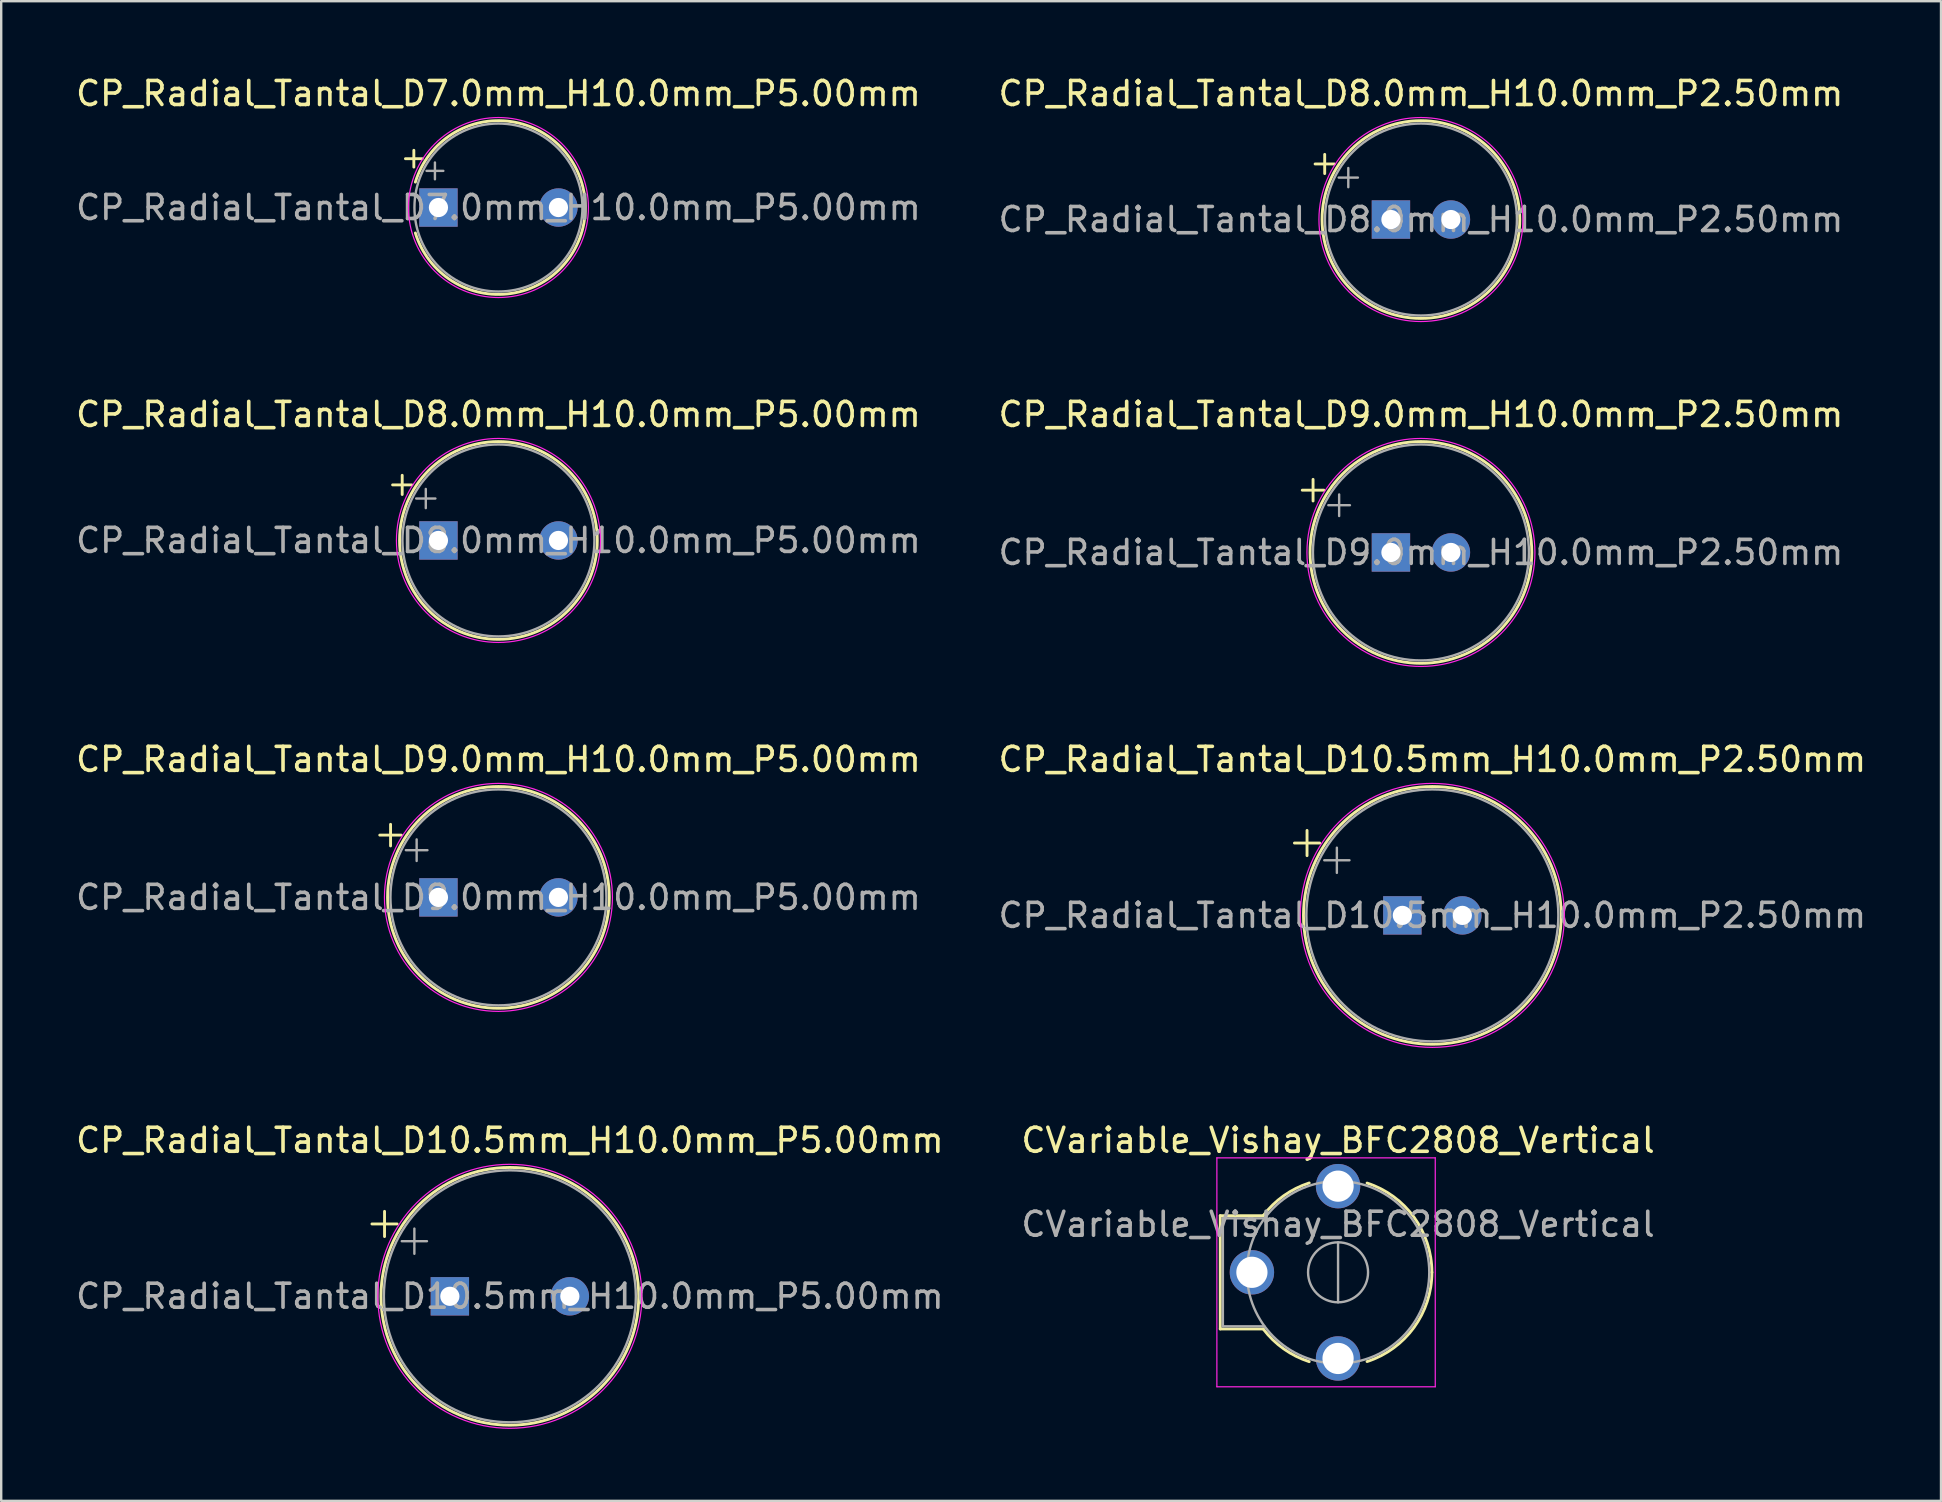
<source format=kicad_pcb>
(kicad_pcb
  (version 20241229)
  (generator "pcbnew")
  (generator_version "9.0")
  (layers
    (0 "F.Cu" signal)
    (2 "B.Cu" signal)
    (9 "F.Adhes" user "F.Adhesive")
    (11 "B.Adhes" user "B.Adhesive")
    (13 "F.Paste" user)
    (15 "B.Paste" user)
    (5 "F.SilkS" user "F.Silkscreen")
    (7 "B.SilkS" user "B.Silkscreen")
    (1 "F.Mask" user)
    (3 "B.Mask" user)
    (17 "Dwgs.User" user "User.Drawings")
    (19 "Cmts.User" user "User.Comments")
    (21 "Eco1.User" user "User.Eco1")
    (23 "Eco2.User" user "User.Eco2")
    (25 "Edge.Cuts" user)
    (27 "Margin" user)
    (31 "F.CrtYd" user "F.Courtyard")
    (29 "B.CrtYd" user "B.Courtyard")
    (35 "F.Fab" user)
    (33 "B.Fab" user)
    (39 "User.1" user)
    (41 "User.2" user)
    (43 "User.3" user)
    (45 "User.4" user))
  (footprint "CP_Radial_Tantal_D10.5mm_H10.0mm_P5.00mm"
    (layer "F.Cu")
    (at 15.696 50.968)
    (property "Reference" "CP_Radial_Tantal_D10.5mm_H10.0mm_P5.00mm" (at 2.5 -6.5 0) (layer "F.SilkS") (effects (font (size 1 1) (thickness 0.15))))
    (attr through_hole)
    (fp_line (start -3.247 -3.015) (end -2.197 -3.015) (stroke (width 0.12) (type solid)) (layer "F.SilkS"))
    (fp_line (start -2.722 -3.54) (end -2.722 -2.49) (stroke (width 0.12) (type solid)) (layer "F.SilkS"))
    (fp_circle (center 2.5 0) (end 7.87 0) (stroke (width 0.12) (type solid)) (fill no) (layer "F.SilkS"))
    (fp_circle (center 2.5 0) (end 8 0) (stroke (width 0.05) (type solid)) (fill no) (layer "F.CrtYd"))
    (fp_line (start -2.004 -2.297) (end -0.954 -2.297) (stroke (width 0.1) (type solid)) (layer "F.Fab"))
    (fp_line (start -1.479 -2.822) (end -1.479 -1.772) (stroke (width 0.1) (type solid)) (layer "F.Fab"))
    (fp_circle (center 2.5 0) (end 7.75 0) (stroke (width 0.1) (type solid)) (fill no) (layer "F.Fab"))
    (fp_text user "${REFERENCE}" (at 2.5 0 0) (layer "F.Fab") (effects (font (size 1 1) (thickness 0.15))))
    (pad "1" thru_hole rect (at 0 0) (size 1.6 1.6) (drill 0.8) (layers "*.Cu" "*.Mask"))
    (pad "2" thru_hole circle (at 5 0) (size 1.6 1.6) (drill 0.8) (layers "*.Cu" "*.Mask")))
  (footprint "CVariable_Vishay_BFC2808_Vertical"
    (layer "F.Cu")
    (at 52.708 49.968)
    (property "Reference" "CVariable_Vishay_BFC2808_Vertical" (at 0 -5.5 0) (layer "F.SilkS") (effects (font (size 1 1) (thickness 0.15))))
    (attr through_hole)
    (fp_line (start -4.91 -2.36) (end -4.91 2.36) (stroke (width 0.12) (type solid)) (layer "F.SilkS"))
    (fp_line (start -4.91 -2.36) (end -3.12 -2.36) (stroke (width 0.12) (type solid)) (layer "F.SilkS"))
    (fp_line (start -4.91 2.36) (end -3.12 2.36) (stroke (width 0.12) (type solid)) (layer "F.SilkS"))
    (fp_arc (start -3.12 -2.36) (mid -2.265931 -3.188974) (end -1.202114 -3.722757) (stroke (width 0.12) (type solid)) (layer "F.SilkS"))
    (fp_arc (start -1.202114 3.722757) (mid -2.265931 3.188974) (end -3.12 2.36) (stroke (width 0.12) (type solid)) (layer "F.SilkS"))
    (fp_arc (start 1.208256 -3.718631) (mid 3.163256 -2.29824) (end 3.91 0) (stroke (width 0.12) (type solid)) (layer "F.SilkS"))
    (fp_arc (start 3.91 0) (mid 3.163256 2.298241) (end 1.208256 3.718631) (stroke (width 0.12) (type solid)) (layer "F.SilkS"))
    (fp_line (start -5.05 -4.77) (end -5.05 4.77) (stroke (width 0.05) (type solid)) (layer "F.CrtYd"))
    (fp_line (start -5.05 4.77) (end 4.05 4.77) (stroke (width 0.05) (type solid)) (layer "F.CrtYd"))
    (fp_line (start 4.05 -4.77) (end -5.05 -4.77) (stroke (width 0.05) (type solid)) (layer "F.CrtYd"))
    (fp_line (start 4.05 4.77) (end 4.05 -4.77) (stroke (width 0.05) (type solid)) (layer "F.CrtYd"))
    (fp_line (start -4.8 -2.25) (end -4.8 2.25) (stroke (width 0.1) (type solid)) (layer "F.Fab"))
    (fp_line (start -4.8 2.25) (end -3.07 2.25) (stroke (width 0.1) (type solid)) (layer "F.Fab"))
    (fp_line (start -3.07 -2.25) (end -4.8 -2.25) (stroke (width 0.1) (type solid)) (layer "F.Fab"))
    (fp_line (start 0 1.25) (end 0 -1.25) (stroke (width 0.1) (type solid)) (layer "F.Fab"))
    (fp_circle (center 0 0) (end 1.25 0) (stroke (width 0.1) (type solid)) (fill no) (layer "F.Fab"))
    (fp_circle (center 0 0) (end 3.8 0) (stroke (width 0.1) (type solid)) (fill no) (layer "F.Fab"))
    (fp_text user "${REFERENCE}" (at 0 -2 180) (layer "F.Fab") (effects (font (size 1 1) (thickness 0.15))))
    (pad "1" thru_hole circle (at -3.59 0) (size 1.85 1.85) (drill 1.3) (layers "*.Cu" "*.Mask"))
    (pad "2" thru_hole circle (at 0 -3.59) (size 1.85 1.85) (drill 1.3) (layers "*.Cu" "*.Mask"))
    (pad "2" thru_hole circle (at 0 3.59) (size 1.85 1.85) (drill 1.3) (layers "*.Cu" "*.Mask")))
  (footprint "CP_Radial_Tantal_D9.0mm_H10.0mm_P5.00mm"
    (layer "F.Cu")
    (at 15.22 34.345)
    (property "Reference" "CP_Radial_Tantal_D9.0mm_H10.0mm_P5.00mm" (at 2.5 -5.75 0) (layer "F.SilkS") (effects (font (size 1 1) (thickness 0.15))))
    (attr through_hole)
    (fp_line (start -2.445 -2.595) (end -1.545 -2.595) (stroke (width 0.12) (type solid)) (layer "F.SilkS"))
    (fp_line (start -1.995 -3.045) (end -1.995 -2.145) (stroke (width 0.12) (type solid)) (layer "F.SilkS"))
    (fp_circle (center 2.5 0) (end 7.12 0) (stroke (width 0.12) (type solid)) (fill no) (layer "F.SilkS"))
    (fp_circle (center 2.5 0) (end 7.25 0) (stroke (width 0.05) (type solid)) (fill no) (layer "F.CrtYd"))
    (fp_line (start -1.358 -1.968) (end -0.458 -1.968) (stroke (width 0.1) (type solid)) (layer "F.Fab"))
    (fp_line (start -0.908 -2.417) (end -0.908 -1.518) (stroke (width 0.1) (type solid)) (layer "F.Fab"))
    (fp_circle (center 2.5 0) (end 7 0) (stroke (width 0.1) (type solid)) (fill no) (layer "F.Fab"))
    (fp_text user "${REFERENCE}" (at 2.5 0 0) (layer "F.Fab") (effects (font (size 1 1) (thickness 0.15))))
    (pad "1" thru_hole rect (at 0 0) (size 1.6 1.6) (drill 0.8) (layers "*.Cu" "*.Mask"))
    (pad "2" thru_hole circle (at 5 0) (size 1.6 1.6) (drill 0.8) (layers "*.Cu" "*.Mask")))
  (footprint "CP_Radial_Tantal_D7.0mm_H10.0mm_P5.00mm"
    (layer "F.Cu")
    (at 15.22 5.598)
    (property "Reference" "CP_Radial_Tantal_D7.0mm_H10.0mm_P5.00mm" (at 2.5 -4.75 0) (layer "F.SilkS") (effects (font (size 1 1) (thickness 0.15))))
    (attr through_hole)
    (fp_line (start -1.375 -2.035) (end -0.675 -2.035) (stroke (width 0.12) (type solid)) (layer "F.SilkS"))
    (fp_line (start -1.025 -2.385) (end -1.025 -1.685) (stroke (width 0.12) (type solid)) (layer "F.SilkS"))
    (fp_arc (start -0.961329 -1.06) (mid 6.12 0) (end -0.961329 1.06) (stroke (width 0.12) (type solid)) (layer "F.SilkS"))
    (fp_circle (center 2.5 0) (end 6.25 0) (stroke (width 0.05) (type solid)) (fill no) (layer "F.CrtYd"))
    (fp_line (start -0.496 -1.528) (end 0.204 -1.528) (stroke (width 0.1) (type solid)) (layer "F.Fab"))
    (fp_line (start -0.146 -1.877) (end -0.146 -1.177) (stroke (width 0.1) (type solid)) (layer "F.Fab"))
    (fp_circle (center 2.5 0) (end 6 0) (stroke (width 0.1) (type solid)) (fill no) (layer "F.Fab"))
    (fp_text user "${REFERENCE}" (at 2.5 0 0) (layer "F.Fab") (effects (font (size 1 1) (thickness 0.15))))
    (pad "1" thru_hole rect (at 0 0) (size 1.6 1.6) (drill 0.8) (layers "*.Cu" "*.Mask"))
    (pad "2" thru_hole circle (at 5 0) (size 1.6 1.6) (drill 0.8) (layers "*.Cu" "*.Mask")))
  (footprint "CP_Radial_Tantal_D8.0mm_H10.0mm_P5.00mm"
    (layer "F.Cu")
    (at 15.22 19.471)
    (property "Reference" "CP_Radial_Tantal_D8.0mm_H10.0mm_P5.00mm" (at 2.5 -5.25 0) (layer "F.SilkS") (effects (font (size 1 1) (thickness 0.15))))
    (attr through_hole)
    (fp_line (start -1.91 -2.315) (end -1.11 -2.315) (stroke (width 0.12) (type solid)) (layer "F.SilkS"))
    (fp_line (start -1.51 -2.715) (end -1.51 -1.915) (stroke (width 0.12) (type solid)) (layer "F.SilkS"))
    (fp_circle (center 2.5 0) (end 6.62 0) (stroke (width 0.12) (type solid)) (fill no) (layer "F.SilkS"))
    (fp_circle (center 2.5 0) (end 6.75 0) (stroke (width 0.05) (type solid)) (fill no) (layer "F.CrtYd"))
    (fp_line (start -0.927 -1.748) (end -0.127 -1.748) (stroke (width 0.1) (type solid)) (layer "F.Fab"))
    (fp_line (start -0.527 -2.147) (end -0.527 -1.347) (stroke (width 0.1) (type solid)) (layer "F.Fab"))
    (fp_circle (center 2.5 0) (end 6.5 0) (stroke (width 0.1) (type solid)) (fill no) (layer "F.Fab"))
    (fp_text user "${REFERENCE}" (at 2.5 0 0) (layer "F.Fab") (effects (font (size 1 1) (thickness 0.15))))
    (pad "1" thru_hole rect (at 0 0) (size 1.6 1.6) (drill 0.8) (layers "*.Cu" "*.Mask"))
    (pad "2" thru_hole circle (at 5 0) (size 1.6 1.6) (drill 0.8) (layers "*.Cu" "*.Mask")))
  (footprint "CP_Radial_Tantal_D10.5mm_H10.0mm_P2.50mm"
    (layer "F.Cu")
    (at 55.387 35.095)
    (property "Reference" "CP_Radial_Tantal_D10.5mm_H10.0mm_P2.50mm" (at 1.25 -6.5 0) (layer "F.SilkS") (effects (font (size 1 1) (thickness 0.15))))
    (attr through_hole)
    (fp_line (start -4.497 -3.015) (end -3.447 -3.015) (stroke (width 0.12) (type solid)) (layer "F.SilkS"))
    (fp_line (start -3.972 -3.54) (end -3.972 -2.49) (stroke (width 0.12) (type solid)) (layer "F.SilkS"))
    (fp_circle (center 1.25 0) (end 6.62 0) (stroke (width 0.12) (type solid)) (fill no) (layer "F.SilkS"))
    (fp_circle (center 1.25 0) (end 6.75 0) (stroke (width 0.05) (type solid)) (fill no) (layer "F.CrtYd"))
    (fp_line (start -3.254 -2.297) (end -2.204 -2.297) (stroke (width 0.1) (type solid)) (layer "F.Fab"))
    (fp_line (start -2.729 -2.822) (end -2.729 -1.772) (stroke (width 0.1) (type solid)) (layer "F.Fab"))
    (fp_circle (center 1.25 0) (end 6.5 0) (stroke (width 0.1) (type solid)) (fill no) (layer "F.Fab"))
    (fp_text user "${REFERENCE}" (at 1.25 0 0) (layer "F.Fab") (effects (font (size 1 1) (thickness 0.15))))
    (pad "1" thru_hole rect (at 0 0) (size 1.6 1.6) (drill 0.8) (layers "*.Cu" "*.Mask"))
    (pad "2" thru_hole circle (at 2.5 0) (size 1.6 1.6) (drill 0.8) (layers "*.Cu" "*.Mask")))
  (footprint "CP_Radial_Tantal_D9.0mm_H10.0mm_P2.50mm"
    (layer "F.Cu")
    (at 54.911 19.971)
    (property "Reference" "CP_Radial_Tantal_D9.0mm_H10.0mm_P2.50mm" (at 1.25 -5.75 0) (layer "F.SilkS") (effects (font (size 1 1) (thickness 0.15))))
    (attr through_hole)
    (fp_line (start -3.695 -2.595) (end -2.795 -2.595) (stroke (width 0.12) (type solid)) (layer "F.SilkS"))
    (fp_line (start -3.245 -3.045) (end -3.245 -2.145) (stroke (width 0.12) (type solid)) (layer "F.SilkS"))
    (fp_circle (center 1.25 0) (end 5.87 0) (stroke (width 0.12) (type solid)) (fill no) (layer "F.SilkS"))
    (fp_circle (center 1.25 0) (end 6 0) (stroke (width 0.05) (type solid)) (fill no) (layer "F.CrtYd"))
    (fp_line (start -2.608 -1.968) (end -1.708 -1.968) (stroke (width 0.1) (type solid)) (layer "F.Fab"))
    (fp_line (start -2.158 -2.417) (end -2.158 -1.518) (stroke (width 0.1) (type solid)) (layer "F.Fab"))
    (fp_circle (center 1.25 0) (end 5.75 0) (stroke (width 0.1) (type solid)) (fill no) (layer "F.Fab"))
    (fp_text user "${REFERENCE}" (at 1.25 0 0) (layer "F.Fab") (effects (font (size 1 1) (thickness 0.15))))
    (pad "1" thru_hole rect (at 0 0) (size 1.6 1.6) (drill 0.8) (layers "*.Cu" "*.Mask"))
    (pad "2" thru_hole circle (at 2.5 0) (size 1.6 1.6) (drill 0.8) (layers "*.Cu" "*.Mask")))
  (footprint "CP_Radial_Tantal_D8.0mm_H10.0mm_P2.50mm"
    (layer "F.Cu")
    (at 54.911 6.098)
    (property "Reference" "CP_Radial_Tantal_D8.0mm_H10.0mm_P2.50mm" (at 1.25 -5.25 0) (layer "F.SilkS") (effects (font (size 1 1) (thickness 0.15))))
    (attr through_hole)
    (fp_line (start -3.16 -2.315) (end -2.36 -2.315) (stroke (width 0.12) (type solid)) (layer "F.SilkS"))
    (fp_line (start -2.76 -2.715) (end -2.76 -1.915) (stroke (width 0.12) (type solid)) (layer "F.SilkS"))
    (fp_circle (center 1.25 0) (end 5.37 0) (stroke (width 0.12) (type solid)) (fill no) (layer "F.SilkS"))
    (fp_circle (center 1.25 0) (end 5.5 0) (stroke (width 0.05) (type solid)) (fill no) (layer "F.CrtYd"))
    (fp_line (start -2.177 -1.748) (end -1.377 -1.748) (stroke (width 0.1) (type solid)) (layer "F.Fab"))
    (fp_line (start -1.777 -2.147) (end -1.777 -1.347) (stroke (width 0.1) (type solid)) (layer "F.Fab"))
    (fp_circle (center 1.25 0) (end 5.25 0) (stroke (width 0.1) (type solid)) (fill no) (layer "F.Fab"))
    (fp_text user "${REFERENCE}" (at 1.25 0 0) (layer "F.Fab") (effects (font (size 1 1) (thickness 0.15))))
    (pad "1" thru_hole rect (at 0 0) (size 1.6 1.6) (drill 0.8) (layers "*.Cu" "*.Mask"))
    (pad "2" thru_hole circle (at 2.5 0) (size 1.6 1.6) (drill 0.8) (layers "*.Cu" "*.Mask")))
  (gr_rect
    (start -3 -3)
    (end 77.833 59.493)
    (stroke (width 0.1) (type default))
    (fill no)
    (layer "Edge.Cuts")))
</source>
